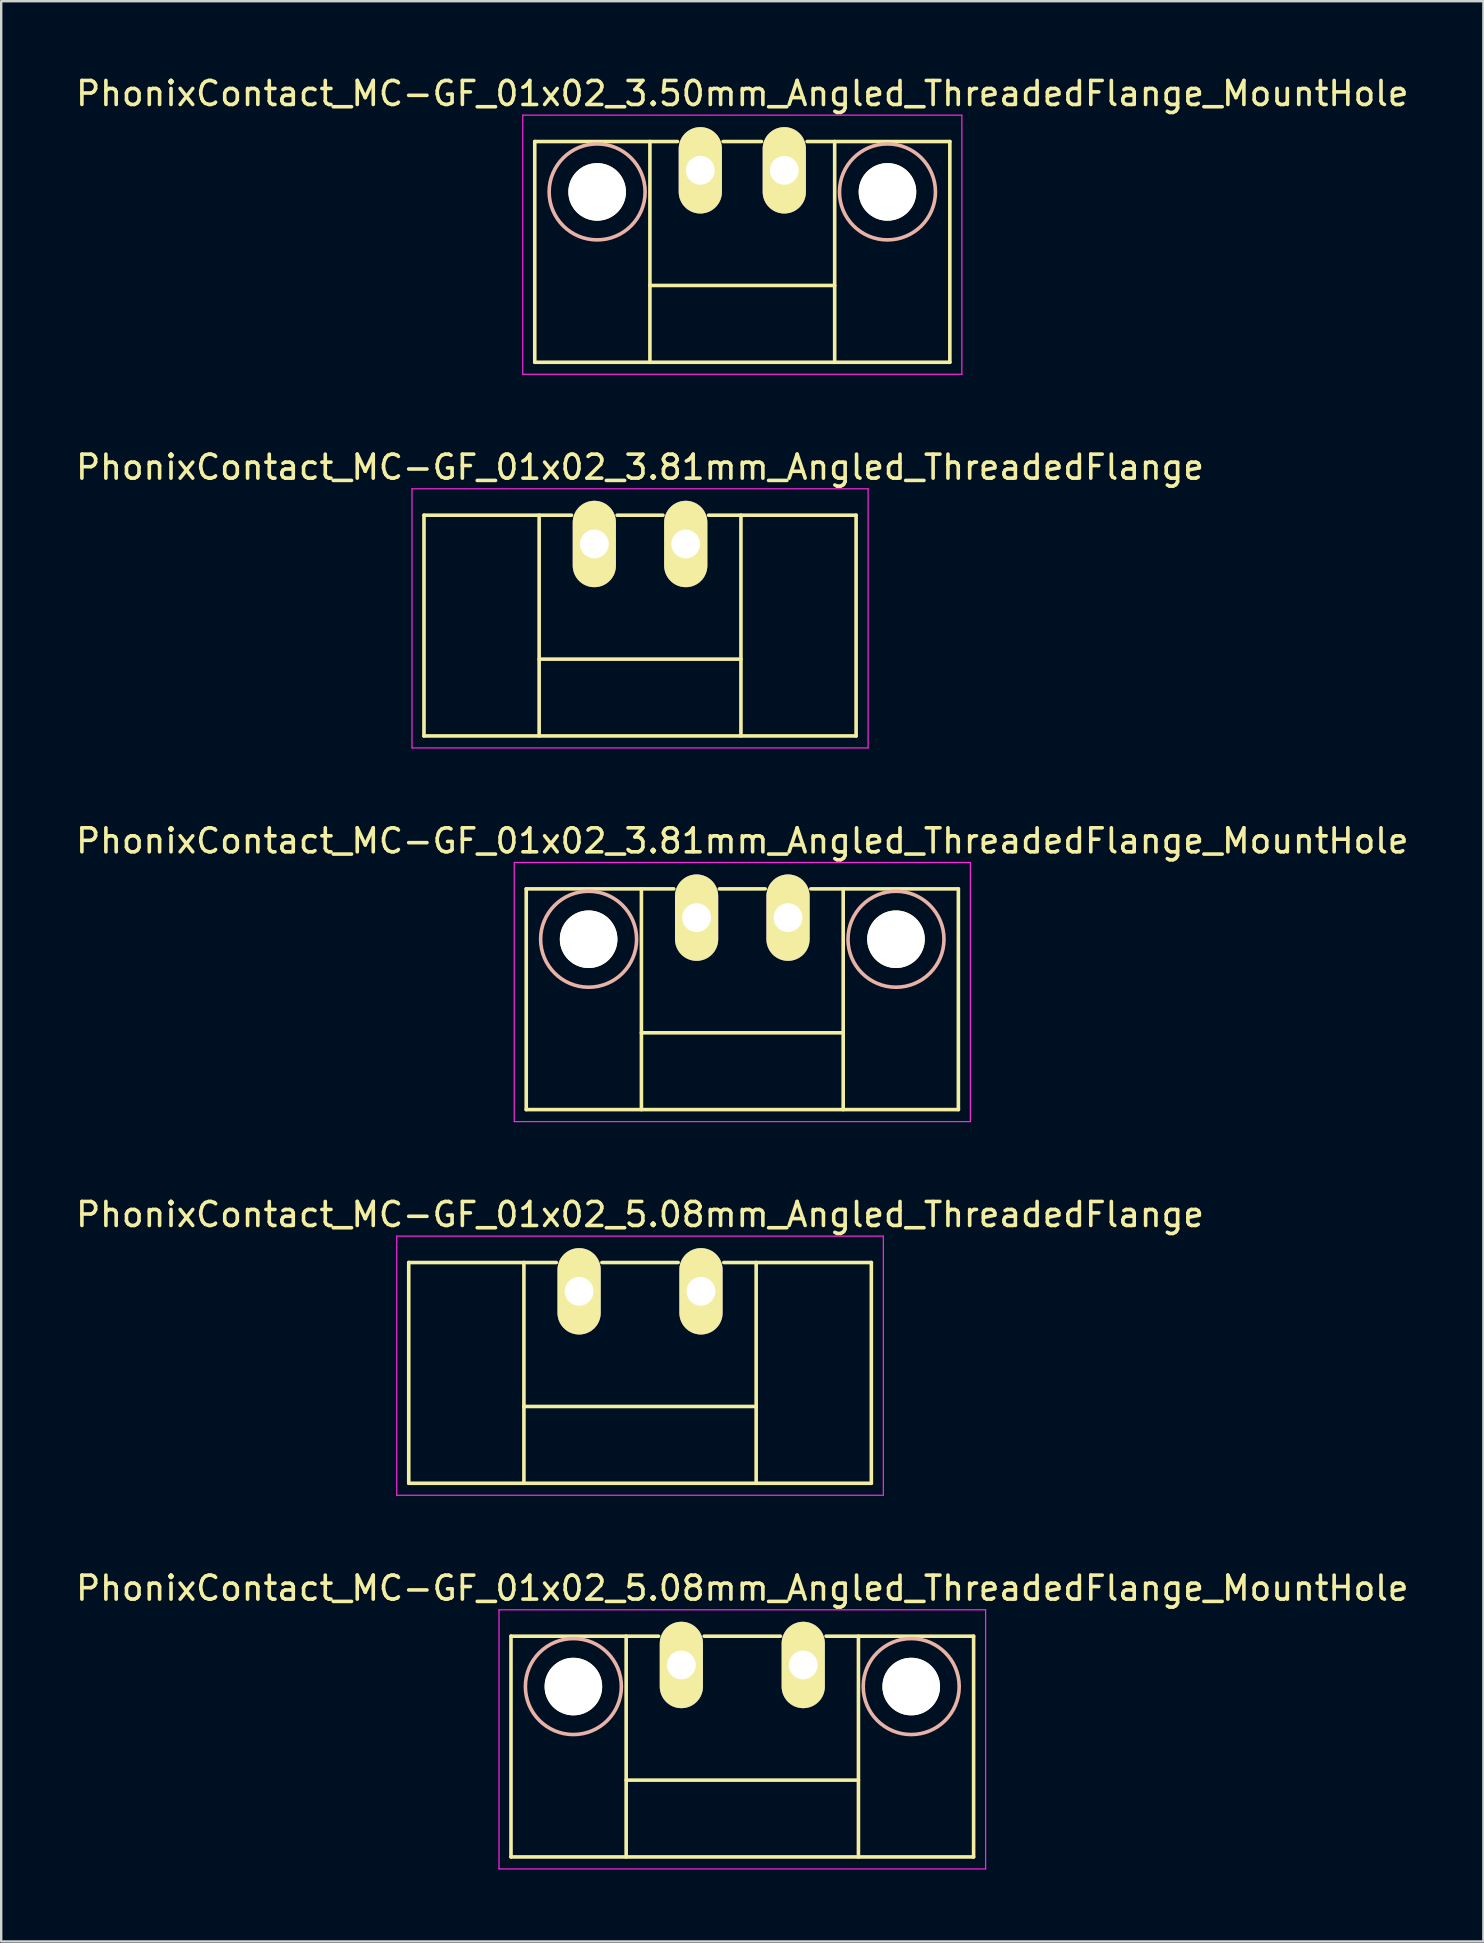
<source format=kicad_pcb>
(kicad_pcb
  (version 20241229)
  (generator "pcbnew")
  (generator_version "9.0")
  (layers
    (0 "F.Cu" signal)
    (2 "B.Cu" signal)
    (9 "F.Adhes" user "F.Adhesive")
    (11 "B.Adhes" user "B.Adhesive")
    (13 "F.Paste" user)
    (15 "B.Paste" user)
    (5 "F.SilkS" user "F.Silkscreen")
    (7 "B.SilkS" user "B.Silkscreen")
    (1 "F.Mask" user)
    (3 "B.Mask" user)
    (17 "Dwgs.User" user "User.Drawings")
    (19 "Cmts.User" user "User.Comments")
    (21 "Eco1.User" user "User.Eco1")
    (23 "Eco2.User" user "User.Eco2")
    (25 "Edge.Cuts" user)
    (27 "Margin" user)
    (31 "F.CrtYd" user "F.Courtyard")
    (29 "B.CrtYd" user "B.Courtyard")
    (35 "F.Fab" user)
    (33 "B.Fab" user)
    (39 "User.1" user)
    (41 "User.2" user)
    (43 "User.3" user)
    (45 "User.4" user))
  (footprint "PhonixContact_MC-GF_01x02_5.08mm_Angled_ThreadedFlange"
    (layer "F.Cu")
    (at 21.085 50.768)
    (property "Reference" "PhonixContact_MC-GF_01x02_5.08mm_Angled_ThreadedFlange" (at 2.54 -3.2 0) (layer "F.SilkS") (effects (font (size 1 1) (thickness 0.15))))
    (attr through_hole)
    (fp_line (start -7.1 -1.2) (end -7.1 8) (stroke (width 0.15) (type solid)) (layer "F.SilkS"))
    (fp_line (start -7.1 -1.2) (end -0.95 -1.2) (stroke (width 0.15) (type solid)) (layer "F.SilkS"))
    (fp_line (start -7.1 8) (end 12.18 8) (stroke (width 0.15) (type solid)) (layer "F.SilkS"))
    (fp_line (start -2.3 -1.2) (end -2.3 8) (stroke (width 0.15) (type solid)) (layer "F.SilkS"))
    (fp_line (start -2.3 4.8) (end 7.38 4.8) (stroke (width 0.15) (type solid)) (layer "F.SilkS"))
    (fp_line (start 0.95 -1.2) (end 4.13 -1.2) (stroke (width 0.15) (type solid)) (layer "F.SilkS"))
    (fp_line (start 7.38 -1.2) (end 7.38 8) (stroke (width 0.15) (type solid)) (layer "F.SilkS"))
    (fp_line (start 12.18 -1.2) (end 6.03 -1.2) (stroke (width 0.15) (type solid)) (layer "F.SilkS"))
    (fp_line (start 12.18 8) (end 12.18 -1.2) (stroke (width 0.15) (type solid)) (layer "F.SilkS"))
    (fp_line (start -7.6 -2.3) (end -7.6 8.5) (stroke (width 0.05) (type solid)) (layer "F.CrtYd"))
    (fp_line (start -7.6 8.5) (end 12.68 8.5) (stroke (width 0.05) (type solid)) (layer "F.CrtYd"))
    (fp_line (start 12.68 -2.3) (end -7.6 -2.3) (stroke (width 0.05) (type solid)) (layer "F.CrtYd"))
    (fp_line (start 12.68 8.5) (end 12.68 -2.3) (stroke (width 0.05) (type solid)) (layer "F.CrtYd"))
    (pad "1" thru_hole oval (at 0 0) (size 1.8 3.6) (drill 1.2) (layers "*.Cu" "*.Mask" "F.SilkS"))
    (pad "2" thru_hole oval (at 5.08 0) (size 1.8 3.6) (drill 1.2) (layers "*.Cu" "*.Mask" "F.SilkS")))
  (footprint "PhonixContact_MC-GF_01x02_3.50mm_Angled_ThreadedFlange_MountHole"
    (layer "F.Cu")
    (at 26.137 4.048)
    (property "Reference" "PhonixContact_MC-GF_01x02_3.50mm_Angled_ThreadedFlange_MountHole" (at 1.75 -3.2 0) (layer "F.SilkS") (effects (font (size 1 1) (thickness 0.15))))
    (attr through_hole)
    (fp_line (start -6.9 -1.2) (end -6.9 8) (stroke (width 0.15) (type solid)) (layer "F.SilkS"))
    (fp_line (start -6.9 -1.2) (end -0.95 -1.2) (stroke (width 0.15) (type solid)) (layer "F.SilkS"))
    (fp_line (start -6.9 8) (end 10.4 8) (stroke (width 0.15) (type solid)) (layer "F.SilkS"))
    (fp_line (start -2.1 -1.2) (end -2.1 8) (stroke (width 0.15) (type solid)) (layer "F.SilkS"))
    (fp_line (start -2.1 4.8) (end 5.6 4.8) (stroke (width 0.15) (type solid)) (layer "F.SilkS"))
    (fp_line (start 0.95 -1.2) (end 2.55 -1.2) (stroke (width 0.15) (type solid)) (layer "F.SilkS"))
    (fp_line (start 5.6 -1.2) (end 5.6 8) (stroke (width 0.15) (type solid)) (layer "F.SilkS"))
    (fp_line (start 10.4 -1.2) (end 4.45 -1.2) (stroke (width 0.15) (type solid)) (layer "F.SilkS"))
    (fp_line (start 10.4 8) (end 10.4 -1.2) (stroke (width 0.15) (type solid)) (layer "F.SilkS"))
    (fp_circle (center -4.3 0.9) (end -2.3 0.9) (stroke (width 0.15) (type solid)) (fill no) (layer "B.SilkS"))
    (fp_circle (center 7.8 0.9) (end 9.8 0.9) (stroke (width 0.15) (type solid)) (fill no) (layer "B.SilkS"))
    (fp_line (start -7.4 -2.3) (end -7.4 8.5) (stroke (width 0.05) (type solid)) (layer "F.CrtYd"))
    (fp_line (start -7.4 8.5) (end 10.9 8.5) (stroke (width 0.05) (type solid)) (layer "F.CrtYd"))
    (fp_line (start 10.9 -2.3) (end -7.4 -2.3) (stroke (width 0.05) (type solid)) (layer "F.CrtYd"))
    (fp_line (start 10.9 8.5) (end 10.9 -2.3) (stroke (width 0.05) (type solid)) (layer "F.CrtYd"))
    (pad "" np_thru_hole circle (at -4.3 0.9) (size 2.4 2.4) (drill 2.4) (layers "*.Cu" "*.Mask" "F.SilkS"))
    (pad "" np_thru_hole circle (at 7.8 0.9) (size 2.4 2.4) (drill 2.4) (layers "*.Cu" "*.Mask" "F.SilkS"))
    (pad "1" thru_hole oval (at 0 0) (size 1.8 3.6) (drill 1.2) (layers "*.Cu" "*.Mask" "F.SilkS"))
    (pad "2" thru_hole oval (at 3.5 0) (size 1.8 3.6) (drill 1.2) (layers "*.Cu" "*.Mask" "F.SilkS")))
  (footprint "PhonixContact_MC-GF_01x02_3.81mm_Angled_ThreadedFlange"
    (layer "F.Cu")
    (at 21.72 19.622)
    (property "Reference" "PhonixContact_MC-GF_01x02_3.81mm_Angled_ThreadedFlange" (at 1.905 -3.2 0) (layer "F.SilkS") (effects (font (size 1 1) (thickness 0.15))))
    (attr through_hole)
    (fp_line (start -7.1 -1.2) (end -7.1 8) (stroke (width 0.15) (type solid)) (layer "F.SilkS"))
    (fp_line (start -7.1 -1.2) (end -0.95 -1.2) (stroke (width 0.15) (type solid)) (layer "F.SilkS"))
    (fp_line (start -7.1 8) (end 10.91 8) (stroke (width 0.15) (type solid)) (layer "F.SilkS"))
    (fp_line (start -2.3 -1.2) (end -2.3 8) (stroke (width 0.15) (type solid)) (layer "F.SilkS"))
    (fp_line (start -2.3 4.8) (end 6.11 4.8) (stroke (width 0.15) (type solid)) (layer "F.SilkS"))
    (fp_line (start 0.95 -1.2) (end 2.86 -1.2) (stroke (width 0.15) (type solid)) (layer "F.SilkS"))
    (fp_line (start 6.11 -1.2) (end 6.11 8) (stroke (width 0.15) (type solid)) (layer "F.SilkS"))
    (fp_line (start 10.91 -1.2) (end 4.76 -1.2) (stroke (width 0.15) (type solid)) (layer "F.SilkS"))
    (fp_line (start 10.91 8) (end 10.91 -1.2) (stroke (width 0.15) (type solid)) (layer "F.SilkS"))
    (fp_line (start -7.6 -2.3) (end -7.6 8.5) (stroke (width 0.05) (type solid)) (layer "F.CrtYd"))
    (fp_line (start -7.6 8.5) (end 11.41 8.5) (stroke (width 0.05) (type solid)) (layer "F.CrtYd"))
    (fp_line (start 11.41 -2.3) (end -7.6 -2.3) (stroke (width 0.05) (type solid)) (layer "F.CrtYd"))
    (fp_line (start 11.41 8.5) (end 11.41 -2.3) (stroke (width 0.05) (type solid)) (layer "F.CrtYd"))
    (pad "1" thru_hole oval (at 0 0) (size 1.8 3.6) (drill 1.2) (layers "*.Cu" "*.Mask" "F.SilkS"))
    (pad "2" thru_hole oval (at 3.81 0) (size 1.8 3.6) (drill 1.2) (layers "*.Cu" "*.Mask" "F.SilkS")))
  (footprint "PhonixContact_MC-GF_01x02_3.81mm_Angled_ThreadedFlange_MountHole"
    (layer "F.Cu")
    (at 25.982 35.195)
    (property "Reference" "PhonixContact_MC-GF_01x02_3.81mm_Angled_ThreadedFlange_MountHole" (at 1.905 -3.2 0) (layer "F.SilkS") (effects (font (size 1 1) (thickness 0.15))))
    (attr through_hole)
    (fp_line (start -7.1 -1.2) (end -7.1 8) (stroke (width 0.15) (type solid)) (layer "F.SilkS"))
    (fp_line (start -7.1 -1.2) (end -0.95 -1.2) (stroke (width 0.15) (type solid)) (layer "F.SilkS"))
    (fp_line (start -7.1 8) (end 10.91 8) (stroke (width 0.15) (type solid)) (layer "F.SilkS"))
    (fp_line (start -2.3 -1.2) (end -2.3 8) (stroke (width 0.15) (type solid)) (layer "F.SilkS"))
    (fp_line (start -2.3 4.8) (end 6.11 4.8) (stroke (width 0.15) (type solid)) (layer "F.SilkS"))
    (fp_line (start 0.95 -1.2) (end 2.86 -1.2) (stroke (width 0.15) (type solid)) (layer "F.SilkS"))
    (fp_line (start 6.11 -1.2) (end 6.11 8) (stroke (width 0.15) (type solid)) (layer "F.SilkS"))
    (fp_line (start 10.91 -1.2) (end 4.76 -1.2) (stroke (width 0.15) (type solid)) (layer "F.SilkS"))
    (fp_line (start 10.91 8) (end 10.91 -1.2) (stroke (width 0.15) (type solid)) (layer "F.SilkS"))
    (fp_circle (center -4.5 0.9) (end -2.5 0.9) (stroke (width 0.15) (type solid)) (fill no) (layer "B.SilkS"))
    (fp_circle (center 8.31 0.9) (end 10.31 0.9) (stroke (width 0.15) (type solid)) (fill no) (layer "B.SilkS"))
    (fp_line (start -7.6 -2.3) (end -7.6 8.5) (stroke (width 0.05) (type solid)) (layer "F.CrtYd"))
    (fp_line (start -7.6 8.5) (end 11.41 8.5) (stroke (width 0.05) (type solid)) (layer "F.CrtYd"))
    (fp_line (start 11.41 -2.3) (end -7.6 -2.3) (stroke (width 0.05) (type solid)) (layer "F.CrtYd"))
    (fp_line (start 11.41 8.5) (end 11.41 -2.3) (stroke (width 0.05) (type solid)) (layer "F.CrtYd"))
    (pad "" np_thru_hole circle (at -4.5 0.9) (size 2.4 2.4) (drill 2.4) (layers "*.Cu" "*.Mask" "F.SilkS"))
    (pad "" np_thru_hole circle (at 8.31 0.9) (size 2.4 2.4) (drill 2.4) (layers "*.Cu" "*.Mask" "F.SilkS"))
    (pad "1" thru_hole oval (at 0 0) (size 1.8 3.6) (drill 1.2) (layers "*.Cu" "*.Mask" "F.SilkS"))
    (pad "2" thru_hole oval (at 3.81 0) (size 1.8 3.6) (drill 1.2) (layers "*.Cu" "*.Mask" "F.SilkS")))
  (footprint "PhonixContact_MC-GF_01x02_5.08mm_Angled_ThreadedFlange_MountHole"
    (layer "F.Cu")
    (at 25.347 66.341)
    (property "Reference" "PhonixContact_MC-GF_01x02_5.08mm_Angled_ThreadedFlange_MountHole" (at 2.54 -3.2 0) (layer "F.SilkS") (effects (font (size 1 1) (thickness 0.15))))
    (attr through_hole)
    (fp_line (start -7.1 -1.2) (end -7.1 8) (stroke (width 0.15) (type solid)) (layer "F.SilkS"))
    (fp_line (start -7.1 -1.2) (end -0.95 -1.2) (stroke (width 0.15) (type solid)) (layer "F.SilkS"))
    (fp_line (start -7.1 8) (end 12.18 8) (stroke (width 0.15) (type solid)) (layer "F.SilkS"))
    (fp_line (start -2.3 -1.2) (end -2.3 8) (stroke (width 0.15) (type solid)) (layer "F.SilkS"))
    (fp_line (start -2.3 4.8) (end 7.38 4.8) (stroke (width 0.15) (type solid)) (layer "F.SilkS"))
    (fp_line (start 0.95 -1.2) (end 4.13 -1.2) (stroke (width 0.15) (type solid)) (layer "F.SilkS"))
    (fp_line (start 7.38 -1.2) (end 7.38 8) (stroke (width 0.15) (type solid)) (layer "F.SilkS"))
    (fp_line (start 12.18 -1.2) (end 6.03 -1.2) (stroke (width 0.15) (type solid)) (layer "F.SilkS"))
    (fp_line (start 12.18 8) (end 12.18 -1.2) (stroke (width 0.15) (type solid)) (layer "F.SilkS"))
    (fp_circle (center -4.5 0.9) (end -2.5 0.9) (stroke (width 0.15) (type solid)) (fill no) (layer "B.SilkS"))
    (fp_circle (center 9.58 0.9) (end 11.58 0.9) (stroke (width 0.15) (type solid)) (fill no) (layer "B.SilkS"))
    (fp_line (start -7.6 -2.3) (end -7.6 8.5) (stroke (width 0.05) (type solid)) (layer "F.CrtYd"))
    (fp_line (start -7.6 8.5) (end 12.68 8.5) (stroke (width 0.05) (type solid)) (layer "F.CrtYd"))
    (fp_line (start 12.68 -2.3) (end -7.6 -2.3) (stroke (width 0.05) (type solid)) (layer "F.CrtYd"))
    (fp_line (start 12.68 8.5) (end 12.68 -2.3) (stroke (width 0.05) (type solid)) (layer "F.CrtYd"))
    (pad "" np_thru_hole circle (at -4.5 0.9) (size 2.4 2.4) (drill 2.4) (layers "*.Cu" "*.Mask" "F.SilkS"))
    (pad "" np_thru_hole circle (at 9.58 0.9) (size 2.4 2.4) (drill 2.4) (layers "*.Cu" "*.Mask" "F.SilkS"))
    (pad "1" thru_hole oval (at 0 0) (size 1.8 3.6) (drill 1.2) (layers "*.Cu" "*.Mask" "F.SilkS"))
    (pad "2" thru_hole oval (at 5.08 0) (size 1.8 3.6) (drill 1.2) (layers "*.Cu" "*.Mask" "F.SilkS")))
  (gr_rect
    (start -3 -3)
    (end 58.774 77.866)
    (stroke (width 0.1) (type default))
    (fill no)
    (layer "Edge.Cuts")))
</source>
